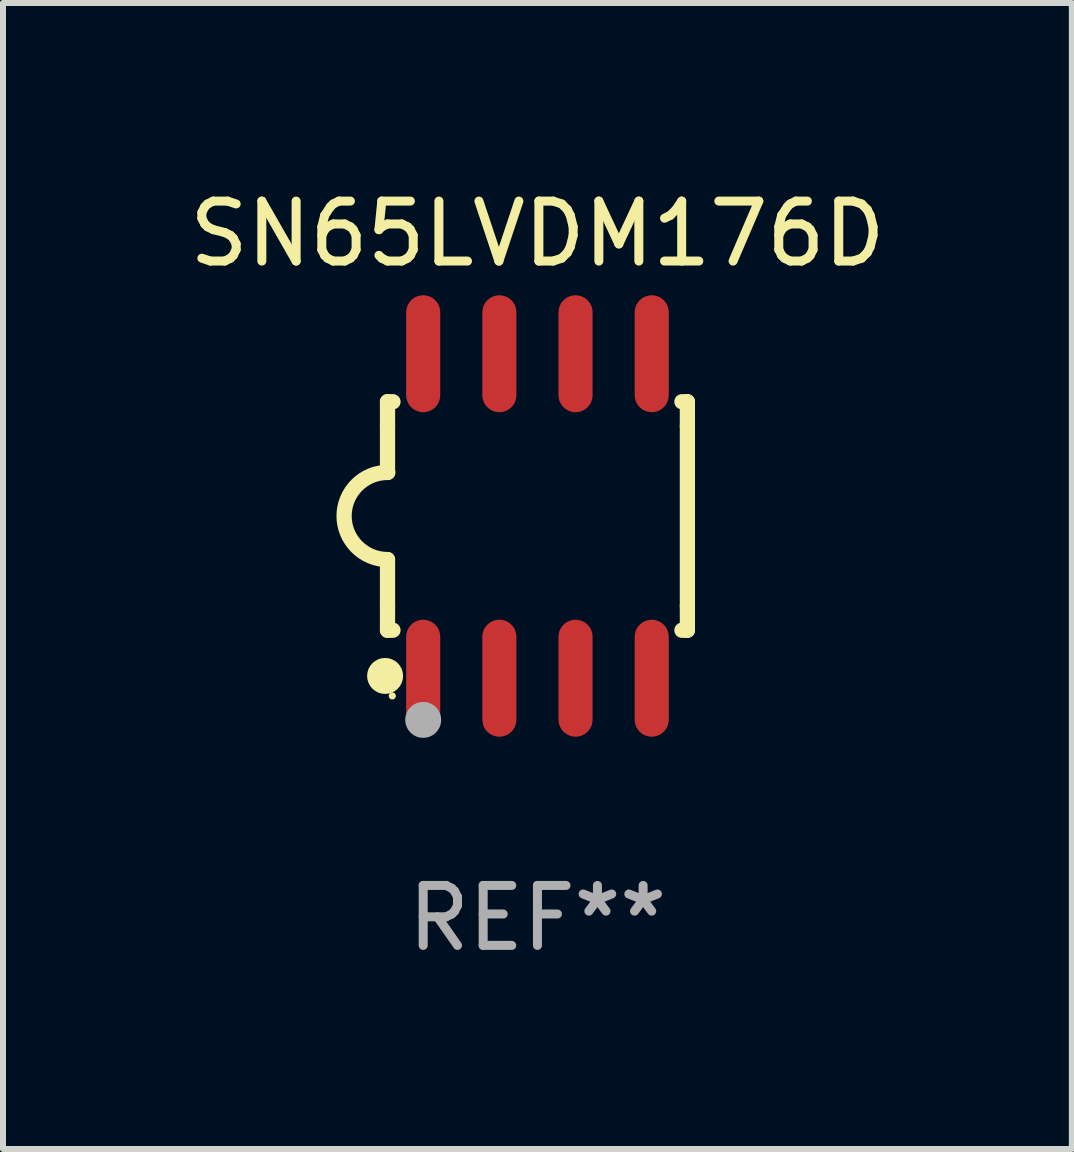
<source format=kicad_pcb>
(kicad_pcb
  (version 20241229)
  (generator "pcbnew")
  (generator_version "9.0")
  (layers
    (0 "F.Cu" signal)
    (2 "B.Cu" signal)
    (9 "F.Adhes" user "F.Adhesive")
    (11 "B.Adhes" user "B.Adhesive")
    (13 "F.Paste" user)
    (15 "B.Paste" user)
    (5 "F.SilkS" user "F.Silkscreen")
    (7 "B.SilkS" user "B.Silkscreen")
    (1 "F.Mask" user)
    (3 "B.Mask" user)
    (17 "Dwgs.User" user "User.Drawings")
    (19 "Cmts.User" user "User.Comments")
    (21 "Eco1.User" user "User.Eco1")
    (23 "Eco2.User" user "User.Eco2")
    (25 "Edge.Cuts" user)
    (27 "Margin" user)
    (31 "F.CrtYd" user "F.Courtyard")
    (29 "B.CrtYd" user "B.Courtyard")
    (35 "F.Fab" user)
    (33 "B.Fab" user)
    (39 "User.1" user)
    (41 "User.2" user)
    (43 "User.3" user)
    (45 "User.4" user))
  (footprint "SN65LVDM176D"
    (layer "F.Cu")
    (at 5.911 5.553)
    (property "Reference" "SN65LVDM176D" (at 0 -4.705 0) (layer "F.SilkS") (effects (font (size 1 1) (thickness 0.15))))
    (attr through_hole)
    (fp_line (start -2.5 -1.905) (end -2.409 -1.905) (stroke (width 0.254) (type solid)) (layer "F.SilkS"))
    (fp_line (start -2.5 -1.5) (end -2.5 -1.905) (stroke (width 0.254) (type solid)) (layer "F.SilkS"))
    (fp_line (start -2.5 -1.5) (end -2.5 -0.726) (stroke (width 0.254) (type solid)) (layer "F.SilkS"))
    (fp_line (start -2.5 1.5) (end -2.5 0.727) (stroke (width 0.254) (type solid)) (layer "F.SilkS"))
    (fp_line (start -2.5 1.5) (end -2.5 1.905) (stroke (width 0.254) (type solid)) (layer "F.SilkS"))
    (fp_line (start -2.5 1.905) (end -2.409 1.905) (stroke (width 0.254) (type solid)) (layer "F.SilkS"))
    (fp_line (start 2.5 -1.905) (end 2.409 -1.905) (stroke (width 0.254) (type solid)) (layer "F.SilkS"))
    (fp_line (start 2.5 -1.5) (end 2.5 -1.905) (stroke (width 0.254) (type solid)) (layer "F.SilkS"))
    (fp_line (start 2.5 -1.5) (end 2.5 1.5) (stroke (width 0.254) (type solid)) (layer "F.SilkS"))
    (fp_line (start 2.5 1.5) (end 2.5 1.905) (stroke (width 0.254) (type solid)) (layer "F.SilkS"))
    (fp_line (start 2.5 1.905) (end 2.409 1.905) (stroke (width 0.254) (type solid)) (layer "F.SilkS"))
    (fp_arc (start -2.5 0.726568) (mid -3.220316 -0.0023) (end -2.495097 -0.726289) (stroke (width 0.254001) (type solid)) (layer "F.SilkS"))
    (fp_circle (center -2.54 2.667) (end -2.39 2.667) (stroke (width 0.3) (type solid)) (fill no) (layer "F.SilkS"))
    (fp_circle (center -2.42 3) (end -2.39 3) (stroke (width 0.06) (type solid)) (fill no) (layer "F.SilkS"))
    (fp_circle (center -1.905 3.4) (end -1.755 3.4) (stroke (width 0.3) (type solid)) (fill no) (layer "F.Fab"))
    (fp_text user "REF**" (at 0 6.705 0) (layer "F.Fab") (effects (font (size 1 1) (thickness 0.15))))
    (pad "1" smd oval (at -1.905 2.705) (size 0.568 1.95) (layers "F.Cu" "F.Mask" "F.Paste"))
    (pad "2" smd oval (at -0.635 2.705) (size 0.568 1.95) (layers "F.Cu" "F.Mask" "F.Paste"))
    (pad "3" smd oval (at 0.635 2.705) (size 0.568 1.95) (layers "F.Cu" "F.Mask" "F.Paste"))
    (pad "4" smd oval (at 1.905 2.705) (size 0.568 1.95) (layers "F.Cu" "F.Mask" "F.Paste"))
    (pad "5" smd oval (at 1.905 -2.705) (size 0.568 1.95) (layers "F.Cu" "F.Mask" "F.Paste"))
    (pad "6" smd oval (at 0.635 -2.705) (size 0.568 1.95) (layers "F.Cu" "F.Mask" "F.Paste"))
    (pad "7" smd oval (at -0.635 -2.705) (size 0.568 1.95) (layers "F.Cu" "F.Mask" "F.Paste"))
    (pad "8" smd oval (at -1.905 -2.705) (size 0.568 1.95) (layers "F.Cu" "F.Mask" "F.Paste")))
  (gr_rect
    (start -3 -3)
    (end 14.821 16.107)
    (stroke (width 0.1) (type default))
    (fill no)
    (layer "Edge.Cuts")))
</source>
